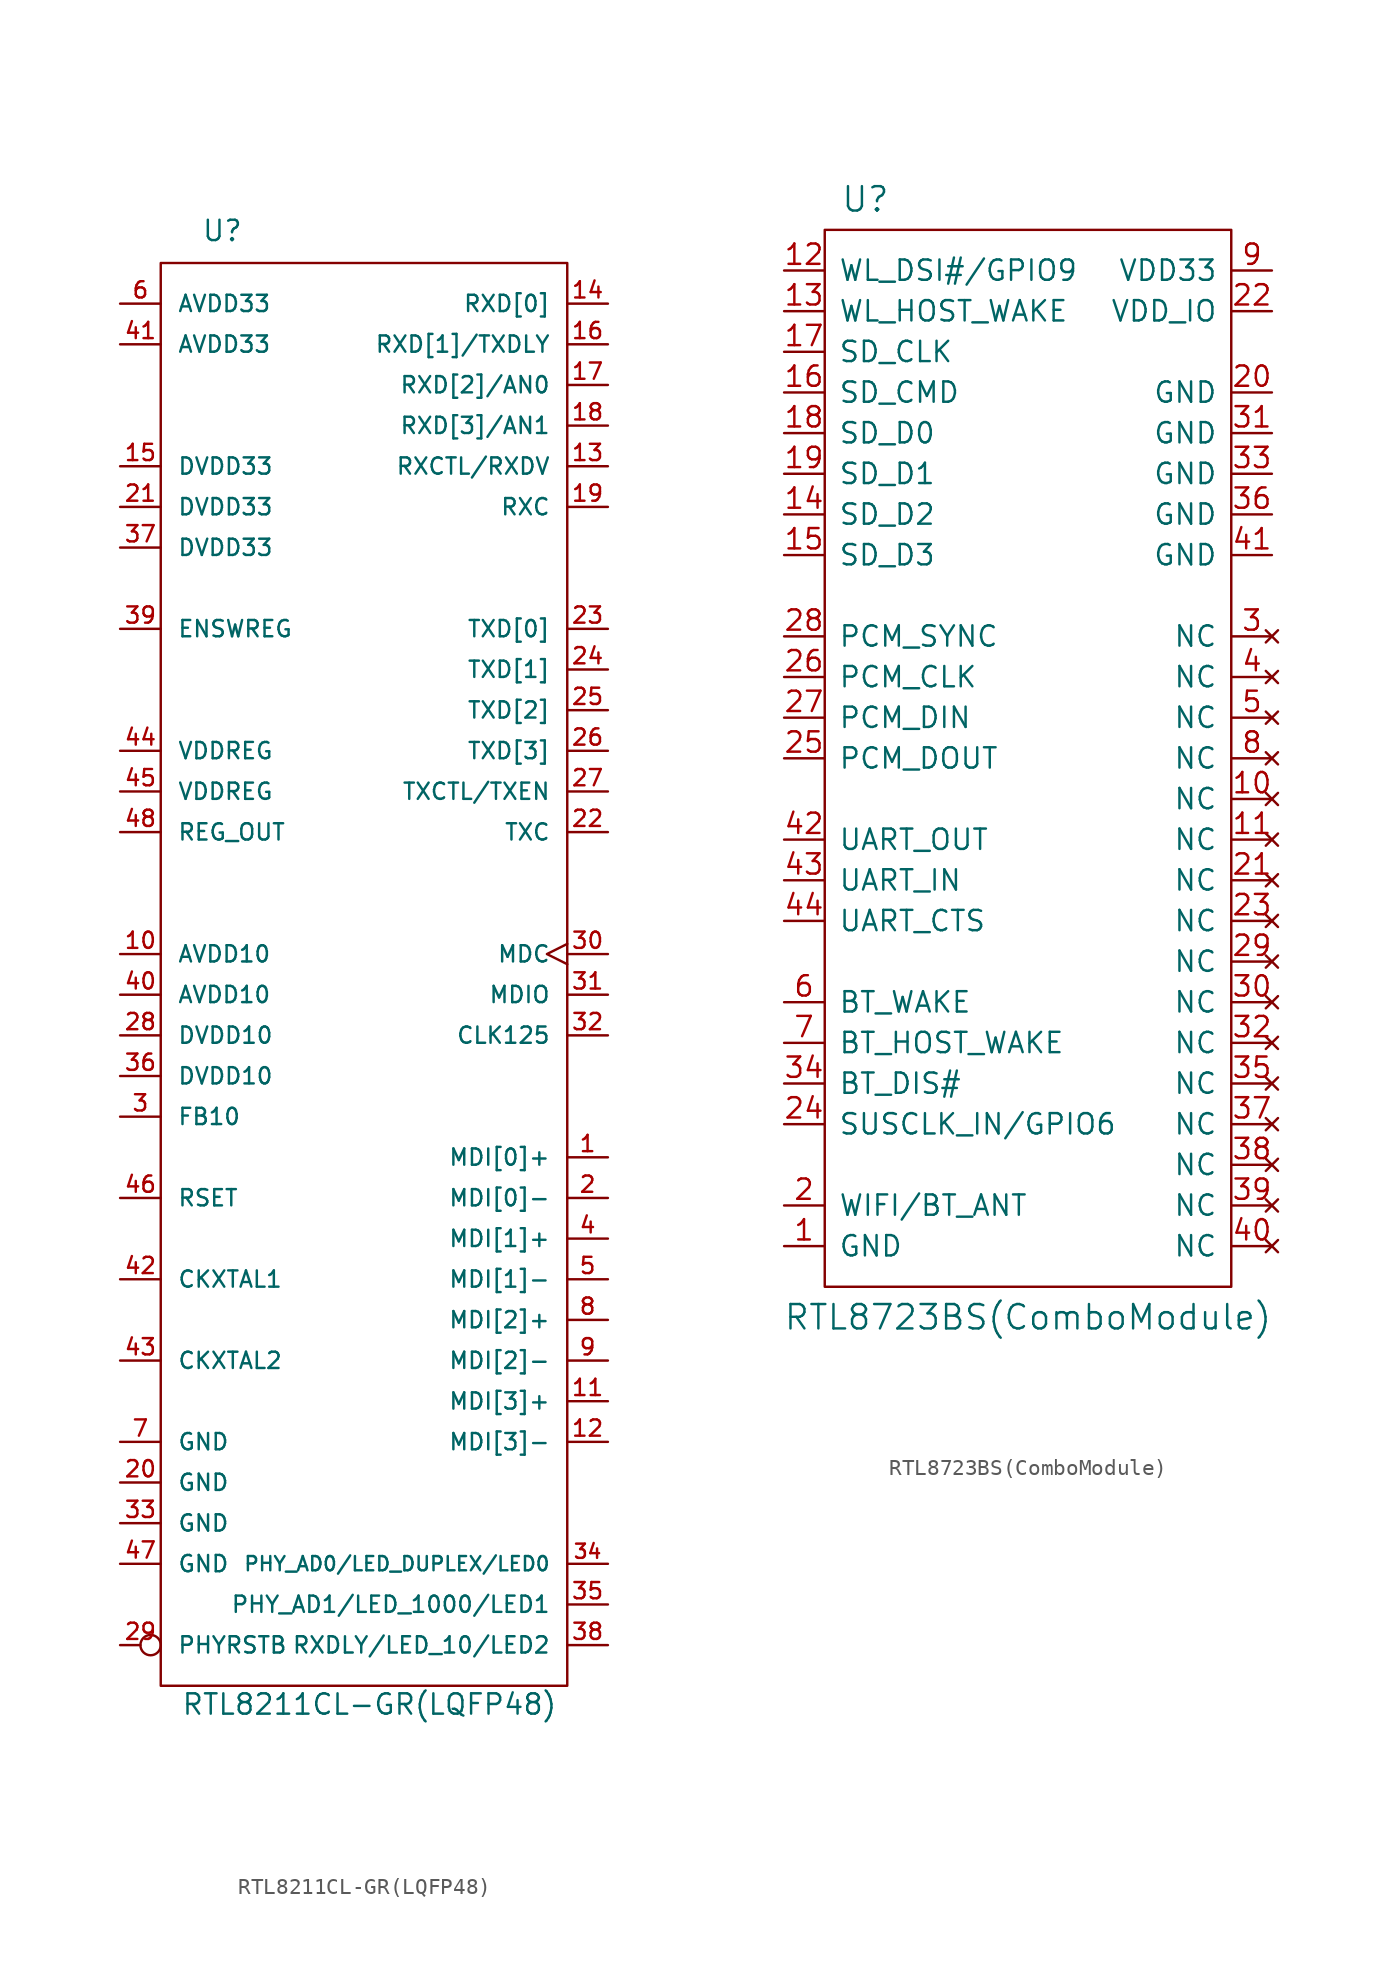
<source format=kicad_sym>
(kicad_symbol_lib
  (version 20220914)
  (generator kicad_symbol_editor)
  (symbol "RTL8211CL-GR(LQFP48)"
    (pin_names
      (offset 1.016))
    (property "Reference" "U"
      (at -10.16 44.45 0)
      (effects (font (size 1.27 1.27)) (justify left bottom)))
    (property "Value" "RTL8211CL-GR(LQFP48)"
      (at -11.43 -47.625 0)
      (effects (font (size 1.27 1.27)) (justify left bottom)))
    (property "Datasheet" ""
      (at 0 0 0)
      (effects (font (size 1.524 1.524))))
    (property "ki_locked" ""
      (at 0 0 0)
      (effects (font (size 1.27 1.27))))
    (symbol "RTL8211CL-GR(LQFP48)_1_1"
      (rectangle (start -12.7 -45.72) (end 12.7 43.18) (stroke (width 0) (type solid)) (fill (type none)))
      (pin bidirectional line (at 15.24 -12.7 180) (length 2.54) (name "MDI[0]+" (effects (font (size 1.016 1.016)))) (number "1" (effects (font (size 1.016 1.016)))))
      (pin power_in line (at -15.24 0 0) (length 2.54) (name "AVDD10" (effects (font (size 1.016 1.016)))) (number "10" (effects (font (size 1.016 1.016)))))
      (pin bidirectional line (at 15.24 -27.94 180) (length 2.54) (name "MDI[3]+" (effects (font (size 1.016 1.016)))) (number "11" (effects (font (size 1.016 1.016)))))
      (pin bidirectional line (at 15.24 -30.48 180) (length 2.54) (name "MDI[3]-" (effects (font (size 1.016 1.016)))) (number "12" (effects (font (size 1.016 1.016)))))
      (pin output line (at 15.24 30.48 180) (length 2.54) (name "RXCTL/RXDV" (effects (font (size 1.016 1.016)))) (number "13" (effects (font (size 1.016 1.016)))))
      (pin output line (at 15.24 40.64 180) (length 2.54) (name "RXD[0]" (effects (font (size 1.016 1.016)))) (number "14" (effects (font (size 1.016 1.016)))))
      (pin power_in line (at -15.24 30.48 0) (length 2.54) (name "DVDD33" (effects (font (size 1.016 1.016)))) (number "15" (effects (font (size 1.016 1.016)))))
      (pin bidirectional line (at 15.24 38.1 180) (length 2.54) (name "RXD[1]/TXDLY" (effects (font (size 1.016 1.016)))) (number "16" (effects (font (size 1.016 1.016)))))
      (pin bidirectional line (at 15.24 35.56 180) (length 2.54) (name "RXD[2]/AN0" (effects (font (size 1.016 1.016)))) (number "17" (effects (font (size 1.016 1.016)))))
      (pin bidirectional line (at 15.24 33.02 180) (length 2.54) (name "RXD[3]/AN1" (effects (font (size 1.016 1.016)))) (number "18" (effects (font (size 1.016 1.016)))))
      (pin output line (at 15.24 27.94 180) (length 2.54) (name "RXC" (effects (font (size 1.016 1.016)))) (number "19" (effects (font (size 1.016 1.016)))))
      (pin bidirectional line (at 15.24 -15.24 180) (length 2.54) (name "MDI[0]-" (effects (font (size 1.016 1.016)))) (number "2" (effects (font (size 1.016 1.016)))))
      (pin power_in line (at -15.24 -33.02 0) (length 2.54) (name "GND" (effects (font (size 1.016 1.016)))) (number "20" (effects (font (size 1.016 1.016)))))
      (pin power_in line (at -15.24 27.94 0) (length 2.54) (name "DVDD33" (effects (font (size 1.016 1.016)))) (number "21" (effects (font (size 1.016 1.016)))))
      (pin input line (at 15.24 7.62 180) (length 2.54) (name "TXC" (effects (font (size 1.016 1.016)))) (number "22" (effects (font (size 1.016 1.016)))))
      (pin input line (at 15.24 20.32 180) (length 2.54) (name "TXD[0]" (effects (font (size 1.016 1.016)))) (number "23" (effects (font (size 1.016 1.016)))))
      (pin input line (at 15.24 17.78 180) (length 2.54) (name "TXD[1]" (effects (font (size 1.016 1.016)))) (number "24" (effects (font (size 1.016 1.016)))))
      (pin input line (at 15.24 15.24 180) (length 2.54) (name "TXD[2]" (effects (font (size 1.016 1.016)))) (number "25" (effects (font (size 1.016 1.016)))))
      (pin input line (at 15.24 12.7 180) (length 2.54) (name "TXD[3]" (effects (font (size 1.016 1.016)))) (number "26" (effects (font (size 1.016 1.016)))))
      (pin input line (at 15.24 10.16 180) (length 2.54) (name "TXCTL/TXEN" (effects (font (size 1.016 1.016)))) (number "27" (effects (font (size 1.016 1.016)))))
      (pin power_in line (at -15.24 -5.08 0) (length 2.54) (name "DVDD10" (effects (font (size 1.016 1.016)))) (number "28" (effects (font (size 1.016 1.016)))))
      (pin input inverted (at -15.24 -43.18 0) (length 2.54) (name "PHYRSTB" (effects (font (size 1.016 1.016)))) (number "29" (effects (font (size 1.016 1.016)))))
      (pin input line (at -15.24 -10.16 0) (length 2.54) (name "FB10" (effects (font (size 1.016 1.016)))) (number "3" (effects (font (size 1.016 1.016)))))
      (pin input clock (at 15.24 0 180) (length 2.54) (name "MDC" (effects (font (size 1.016 1.016)))) (number "30" (effects (font (size 1.016 1.016)))))
      (pin bidirectional line (at 15.24 -2.54 180) (length 2.54) (name "MDIO" (effects (font (size 1.016 1.016)))) (number "31" (effects (font (size 1.016 1.016)))))
      (pin output line (at 15.24 -5.08 180) (length 2.54) (name "CLK125" (effects (font (size 1.016 1.016)))) (number "32" (effects (font (size 1.016 1.016)))))
      (pin power_in line (at -15.24 -35.56 0) (length 2.54) (name "GND" (effects (font (size 1.016 1.016)))) (number "33" (effects (font (size 1.016 1.016)))))
      (pin bidirectional line (at 15.24 -38.1 180) (length 2.54) (name "PHY_AD0/LED_DUPLEX/LED0" (effects (font (size 0.889 0.889)))) (number "34" (effects (font (size 0.889 0.889)))))
      (pin bidirectional line (at 15.24 -40.64 180) (length 2.54) (name "PHY_AD1/LED_1000/LED1" (effects (font (size 1.016 1.016)))) (number "35" (effects (font (size 1.016 1.016)))))
      (pin power_in line (at -15.24 -7.62 0) (length 2.54) (name "DVDD10" (effects (font (size 1.016 1.016)))) (number "36" (effects (font (size 1.016 1.016)))))
      (pin power_in line (at -15.24 25.4 0) (length 2.54) (name "DVDD33" (effects (font (size 1.016 1.016)))) (number "37" (effects (font (size 1.016 1.016)))))
      (pin bidirectional line (at 15.24 -43.18 180) (length 2.54) (name "RXDLY/LED_10/LED2" (effects (font (size 1.016 1.016)))) (number "38" (effects (font (size 1.016 1.016)))))
      (pin input line (at -15.24 20.32 0) (length 2.54) (name "ENSWREG" (effects (font (size 1.016 1.016)))) (number "39" (effects (font (size 1.016 1.016)))))
      (pin bidirectional line (at 15.24 -17.78 180) (length 2.54) (name "MDI[1]+" (effects (font (size 1.016 1.016)))) (number "4" (effects (font (size 1.016 1.016)))))
      (pin power_in line (at -15.24 -2.54 0) (length 2.54) (name "AVDD10" (effects (font (size 1.016 1.016)))) (number "40" (effects (font (size 1.016 1.016)))))
      (pin power_in line (at -15.24 38.1 0) (length 2.54) (name "AVDD33" (effects (font (size 1.016 1.016)))) (number "41" (effects (font (size 1.016 1.016)))))
      (pin input line (at -15.24 -20.32 0) (length 2.54) (name "CKXTAL1" (effects (font (size 1.016 1.016)))) (number "42" (effects (font (size 1.016 1.016)))))
      (pin output line (at -15.24 -25.4 0) (length 2.54) (name "CKXTAL2" (effects (font (size 1.016 1.016)))) (number "43" (effects (font (size 1.016 1.016)))))
      (pin power_in line (at -15.24 12.7 0) (length 2.54) (name "VDDREG" (effects (font (size 1.016 1.016)))) (number "44" (effects (font (size 1.016 1.016)))))
      (pin power_in line (at -15.24 10.16 0) (length 2.54) (name "VDDREG" (effects (font (size 1.016 1.016)))) (number "45" (effects (font (size 1.016 1.016)))))
      (pin input line (at -15.24 -15.24 0) (length 2.54) (name "RSET" (effects (font (size 1.016 1.016)))) (number "46" (effects (font (size 1.016 1.016)))))
      (pin power_in line (at -15.24 -38.1 0) (length 2.54) (name "GND" (effects (font (size 1.016 1.016)))) (number "47" (effects (font (size 1.016 1.016)))))
      (pin power_out line (at -15.24 7.62 0) (length 2.54) (name "REG_OUT" (effects (font (size 1.016 1.016)))) (number "48" (effects (font (size 1.016 1.016)))))
      (pin bidirectional line (at 15.24 -20.32 180) (length 2.54) (name "MDI[1]-" (effects (font (size 1.016 1.016)))) (number "5" (effects (font (size 1.016 1.016)))))
      (pin power_in line (at -15.24 40.64 0) (length 2.54) (name "AVDD33" (effects (font (size 1.016 1.016)))) (number "6" (effects (font (size 1.016 1.016)))))
      (pin power_in line (at -15.24 -30.48 0) (length 2.54) (name "GND" (effects (font (size 1.016 1.016)))) (number "7" (effects (font (size 1.016 1.016)))))
      (pin bidirectional line (at 15.24 -22.86 180) (length 2.54) (name "MDI[2]+" (effects (font (size 1.016 1.016)))) (number "8" (effects (font (size 1.016 1.016)))))
      (pin bidirectional line (at 15.24 -25.4 180) (length 2.54) (name "MDI[2]-" (effects (font (size 1.016 1.016)))) (number "9" (effects (font (size 1.016 1.016)))))))
  (symbol "RTL8723BS(ComboModule)"
    (pin_names
      (offset 0.889))
    (property "Reference" "U"
      (at -10.16 34.925 0)
      (effects (font (size 1.524 1.524))))
    (property "Value" "RTL8723BS(ComboModule)"
      (at 0 -34.925 0)
      (effects (font (size 1.524 1.524))))
    (property "Footprint" ""
      (at 0 -5.08 0)
      (effects (font (size 1.524 1.524))))
    (property "Datasheet" ""
      (at 0 -5.08 0)
      (effects (font (size 1.524 1.524))))
    (symbol "RTL8723BS(ComboModule)_0_1"
      (rectangle (start 12.7 33.02) (end -12.7 -33.02) (stroke (width 0) (type solid)) (fill (type none))))
    (symbol "RTL8723BS(ComboModule)_1_1"
      (pin power_in line (at -15.24 -30.48 0) (length 2.489) (name "GND" (effects (font (size 1.27 1.27)))) (number "1" (effects (font (size 1.27 1.27)))))
      (pin no_connect line (at 15.24 -2.54 180) (length 2.489) (name "NC" (effects (font (size 1.27 1.27)))) (number "10" (effects (font (size 1.27 1.27)))))
      (pin no_connect line (at 15.24 -5.08 180) (length 2.489) (name "NC" (effects (font (size 1.27 1.27)))) (number "11" (effects (font (size 1.27 1.27)))))
      (pin bidirectional line (at -15.24 30.48 0) (length 2.489) (name "WL_DSI#/GPIO9" (effects (font (size 1.27 1.27)))) (number "12" (effects (font (size 1.27 1.27)))))
      (pin input line (at -15.24 27.94 0) (length 2.489) (name "WL_HOST_WAKE" (effects (font (size 1.27 1.27)))) (number "13" (effects (font (size 1.27 1.27)))))
      (pin bidirectional line (at -15.24 15.24 0) (length 2.489) (name "SD_D2" (effects (font (size 1.27 1.27)))) (number "14" (effects (font (size 1.27 1.27)))))
      (pin bidirectional line (at -15.24 12.7 0) (length 2.489) (name "SD_D3" (effects (font (size 1.27 1.27)))) (number "15" (effects (font (size 1.27 1.27)))))
      (pin bidirectional line (at -15.24 22.86 0) (length 2.489) (name "SD_CMD" (effects (font (size 1.27 1.27)))) (number "16" (effects (font (size 1.27 1.27)))))
      (pin input line (at -15.24 25.4 0) (length 2.489) (name "SD_CLK" (effects (font (size 1.27 1.27)))) (number "17" (effects (font (size 1.27 1.27)))))
      (pin bidirectional line (at -15.24 20.32 0) (length 2.489) (name "SD_D0" (effects (font (size 1.27 1.27)))) (number "18" (effects (font (size 1.27 1.27)))))
      (pin bidirectional line (at -15.24 17.78 0) (length 2.489) (name "SD_D1" (effects (font (size 1.27 1.27)))) (number "19" (effects (font (size 1.27 1.27)))))
      (pin bidirectional line (at -15.24 -27.94 0) (length 2.489) (name "WIFI/BT_ANT" (effects (font (size 1.27 1.27)))) (number "2" (effects (font (size 1.27 1.27)))))
      (pin power_in line (at 15.24 22.86 180) (length 2.489) (name "GND" (effects (font (size 1.27 1.27)))) (number "20" (effects (font (size 1.27 1.27)))))
      (pin no_connect line (at 15.24 -7.62 180) (length 2.489) (name "NC" (effects (font (size 1.27 1.27)))) (number "21" (effects (font (size 1.27 1.27)))))
      (pin power_in line (at 15.24 27.94 180) (length 2.489) (name "VDD_IO" (effects (font (size 1.27 1.27)))) (number "22" (effects (font (size 1.27 1.27)))))
      (pin no_connect line (at 15.24 -10.16 180) (length 2.489) (name "NC" (effects (font (size 1.27 1.27)))) (number "23" (effects (font (size 1.27 1.27)))))
      (pin bidirectional line (at -15.24 -22.86 0) (length 2.489) (name "SUSCLK_IN/GPIO6" (effects (font (size 1.27 1.27)))) (number "24" (effects (font (size 1.27 1.27)))))
      (pin output line (at -15.24 0 0) (length 2.489) (name "PCM_DOUT" (effects (font (size 1.27 1.27)))) (number "25" (effects (font (size 1.27 1.27)))))
      (pin input line (at -15.24 5.08 0) (length 2.489) (name "PCM_CLK" (effects (font (size 1.27 1.27)))) (number "26" (effects (font (size 1.27 1.27)))))
      (pin input line (at -15.24 2.54 0) (length 2.489) (name "PCM_DIN" (effects (font (size 1.27 1.27)))) (number "27" (effects (font (size 1.27 1.27)))))
      (pin input line (at -15.24 7.62 0) (length 2.489) (name "PCM_SYNC" (effects (font (size 1.27 1.27)))) (number "28" (effects (font (size 1.27 1.27)))))
      (pin no_connect line (at 15.24 -12.7 180) (length 2.489) (name "NC" (effects (font (size 1.27 1.27)))) (number "29" (effects (font (size 1.27 1.27)))))
      (pin no_connect line (at 15.24 7.62 180) (length 2.489) (name "NC" (effects (font (size 1.27 1.27)))) (number "3" (effects (font (size 1.27 1.27)))))
      (pin no_connect line (at 15.24 -15.24 180) (length 2.489) (name "NC" (effects (font (size 1.27 1.27)))) (number "30" (effects (font (size 1.27 1.27)))))
      (pin power_in line (at 15.24 20.32 180) (length 2.489) (name "GND" (effects (font (size 1.27 1.27)))) (number "31" (effects (font (size 1.27 1.27)))))
      (pin no_connect line (at 15.24 -17.78 180) (length 2.489) (name "NC" (effects (font (size 1.27 1.27)))) (number "32" (effects (font (size 1.27 1.27)))))
      (pin power_in line (at 15.24 17.78 180) (length 2.489) (name "GND" (effects (font (size 1.27 1.27)))) (number "33" (effects (font (size 1.27 1.27)))))
      (pin input line (at -15.24 -20.32 0) (length 2.489) (name "BT_DIS#" (effects (font (size 1.27 1.27)))) (number "34" (effects (font (size 1.27 1.27)))))
      (pin no_connect line (at 15.24 -20.32 180) (length 2.489) (name "NC" (effects (font (size 1.27 1.27)))) (number "35" (effects (font (size 1.27 1.27)))))
      (pin power_in line (at 15.24 15.24 180) (length 2.489) (name "GND" (effects (font (size 1.27 1.27)))) (number "36" (effects (font (size 1.27 1.27)))))
      (pin no_connect line (at 15.24 -22.86 180) (length 2.489) (name "NC" (effects (font (size 1.27 1.27)))) (number "37" (effects (font (size 1.27 1.27)))))
      (pin no_connect line (at 15.24 -25.4 180) (length 2.489) (name "NC" (effects (font (size 1.27 1.27)))) (number "38" (effects (font (size 1.27 1.27)))))
      (pin no_connect line (at 15.24 -27.94 180) (length 2.489) (name "NC" (effects (font (size 1.27 1.27)))) (number "39" (effects (font (size 1.27 1.27)))))
      (pin no_connect line (at 15.24 5.08 180) (length 2.489) (name "NC" (effects (font (size 1.27 1.27)))) (number "4" (effects (font (size 1.27 1.27)))))
      (pin no_connect line (at 15.24 -30.48 180) (length 2.489) (name "NC" (effects (font (size 1.27 1.27)))) (number "40" (effects (font (size 1.27 1.27)))))
      (pin power_in line (at 15.24 12.7 180) (length 2.489) (name "GND" (effects (font (size 1.27 1.27)))) (number "41" (effects (font (size 1.27 1.27)))))
      (pin output line (at -15.24 -5.08 0) (length 2.489) (name "UART_OUT" (effects (font (size 1.27 1.27)))) (number "42" (effects (font (size 1.27 1.27)))))
      (pin input line (at -15.24 -7.62 0) (length 2.489) (name "UART_IN" (effects (font (size 1.27 1.27)))) (number "43" (effects (font (size 1.27 1.27)))))
      (pin input line (at -15.24 -10.16 0) (length 2.489) (name "UART_CTS" (effects (font (size 1.27 1.27)))) (number "44" (effects (font (size 1.27 1.27)))))
      (pin no_connect line (at 15.24 2.54 180) (length 2.489) (name "NC" (effects (font (size 1.27 1.27)))) (number "5" (effects (font (size 1.27 1.27)))))
      (pin input line (at -15.24 -15.24 0) (length 2.489) (name "BT_WAKE" (effects (font (size 1.27 1.27)))) (number "6" (effects (font (size 1.27 1.27)))))
      (pin output line (at -15.24 -17.78 0) (length 2.489) (name "BT_HOST_WAKE" (effects (font (size 1.27 1.27)))) (number "7" (effects (font (size 1.27 1.27)))))
      (pin no_connect line (at 15.24 0 180) (length 2.489) (name "NC" (effects (font (size 1.27 1.27)))) (number "8" (effects (font (size 1.27 1.27)))))
      (pin power_in line (at 15.24 30.48 180) (length 2.489) (name "VDD33" (effects (font (size 1.27 1.27)))) (number "9" (effects (font (size 1.27 1.27))))))))
</source>
